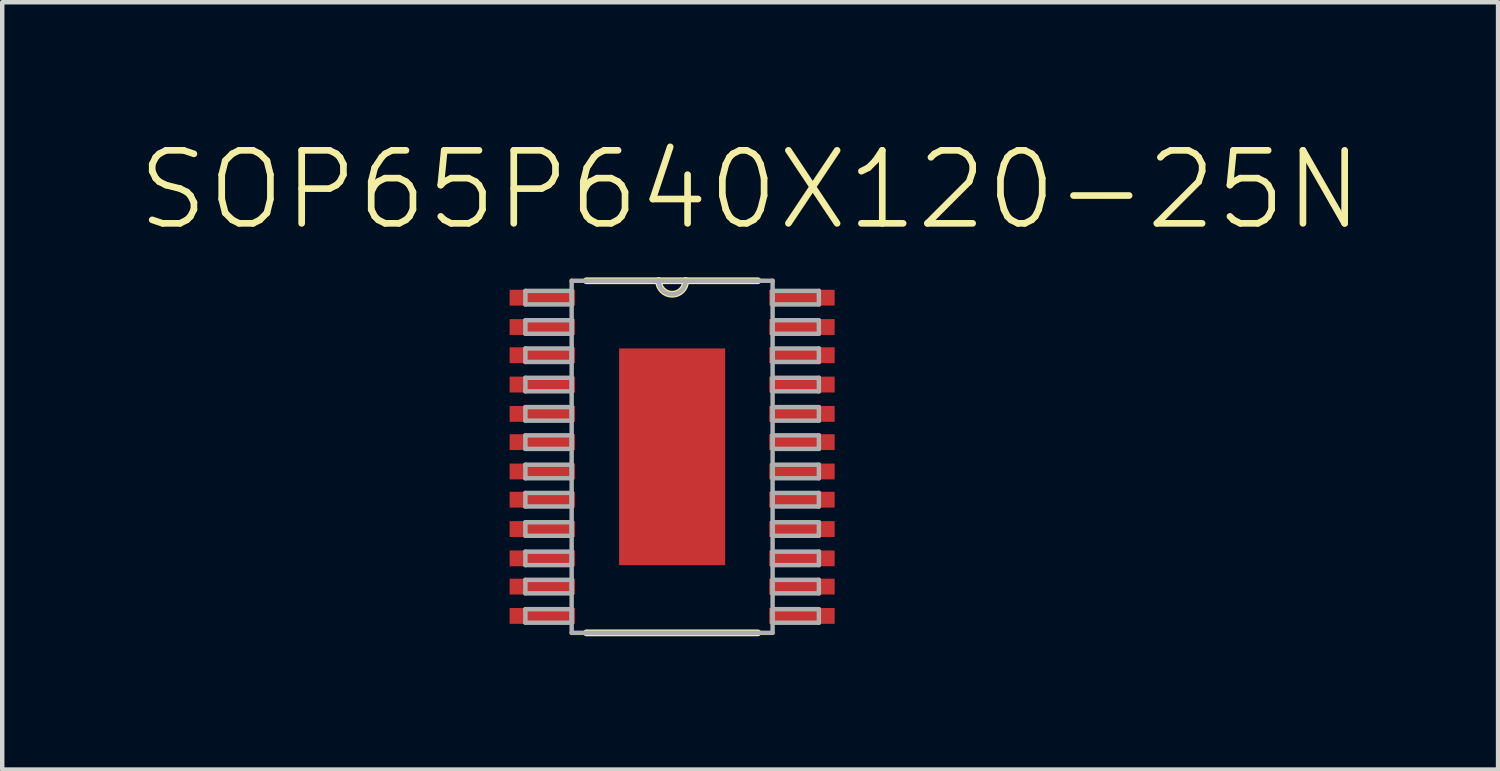
<source format=kicad_pcb>
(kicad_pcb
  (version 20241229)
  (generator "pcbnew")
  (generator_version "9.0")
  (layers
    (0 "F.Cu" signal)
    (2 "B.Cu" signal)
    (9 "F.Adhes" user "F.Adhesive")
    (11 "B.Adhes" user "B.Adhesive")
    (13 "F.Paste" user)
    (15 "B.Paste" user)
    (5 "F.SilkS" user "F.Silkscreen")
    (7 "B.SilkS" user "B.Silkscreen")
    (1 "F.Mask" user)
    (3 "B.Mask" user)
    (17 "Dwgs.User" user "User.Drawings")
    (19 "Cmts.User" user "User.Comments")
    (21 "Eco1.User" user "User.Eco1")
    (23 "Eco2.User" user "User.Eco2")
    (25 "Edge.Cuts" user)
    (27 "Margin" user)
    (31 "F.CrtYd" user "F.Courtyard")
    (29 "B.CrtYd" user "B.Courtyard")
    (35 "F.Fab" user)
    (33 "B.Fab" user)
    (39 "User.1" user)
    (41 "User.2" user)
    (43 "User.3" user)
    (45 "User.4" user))
  (footprint "SOP65P640X120-25N"
    (layer "F.Cu")
    (at 12.076 7.23)
    (property "Reference" "SOP65P640X120-25N" (at 1.756 -6.006 0) (layer "F.SilkS") (effects (font (size 1.643 1.643) (thickness 0.15))))
    (attr smd)
    (fp_line (start -1.93 3.962) (end 1.93 3.962) (stroke (width 0.152) (type solid)) (layer "F.SilkS"))
    (fp_line (start -0.305 -3.962) (end -1.93 -3.962) (stroke (width 0.152) (type solid)) (layer "F.SilkS"))
    (fp_line (start 0.305 -3.962) (end -0.305 -3.962) (stroke (width 0.152) (type solid)) (layer "F.SilkS"))
    (fp_line (start 1.93 -3.962) (end 0.305 -3.962) (stroke (width 0.152) (type solid)) (layer "F.SilkS"))
    (fp_arc (start 0.3048 -3.9624) (mid 0 -3.6576) (end -0.3048 -3.9624) (stroke (width 0.1524) (type solid)) (layer "F.SilkS"))
    (fp_line (start -3.302 -3.734) (end -3.302 -3.429) (stroke (width 0.1) (type solid)) (layer "F.Fab"))
    (fp_line (start -3.302 -3.429) (end -2.261 -3.429) (stroke (width 0.1) (type solid)) (layer "F.Fab"))
    (fp_line (start -3.302 -3.073) (end -3.302 -2.769) (stroke (width 0.1) (type solid)) (layer "F.Fab"))
    (fp_line (start -3.302 -2.769) (end -2.261 -2.769) (stroke (width 0.1) (type solid)) (layer "F.Fab"))
    (fp_line (start -3.302 -2.438) (end -3.302 -2.134) (stroke (width 0.1) (type solid)) (layer "F.Fab"))
    (fp_line (start -3.302 -2.134) (end -2.261 -2.134) (stroke (width 0.1) (type solid)) (layer "F.Fab"))
    (fp_line (start -3.302 -1.778) (end -3.302 -1.473) (stroke (width 0.1) (type solid)) (layer "F.Fab"))
    (fp_line (start -3.302 -1.473) (end -2.261 -1.473) (stroke (width 0.1) (type solid)) (layer "F.Fab"))
    (fp_line (start -3.302 -1.118) (end -3.302 -0.813) (stroke (width 0.1) (type solid)) (layer "F.Fab"))
    (fp_line (start -3.302 -0.813) (end -2.261 -0.813) (stroke (width 0.1) (type solid)) (layer "F.Fab"))
    (fp_line (start -3.302 -0.483) (end -3.302 -0.178) (stroke (width 0.1) (type solid)) (layer "F.Fab"))
    (fp_line (start -3.302 -0.178) (end -2.261 -0.178) (stroke (width 0.1) (type solid)) (layer "F.Fab"))
    (fp_line (start -3.302 0.178) (end -3.302 0.483) (stroke (width 0.1) (type solid)) (layer "F.Fab"))
    (fp_line (start -3.302 0.483) (end -2.261 0.483) (stroke (width 0.1) (type solid)) (layer "F.Fab"))
    (fp_line (start -3.302 0.813) (end -3.302 1.118) (stroke (width 0.1) (type solid)) (layer "F.Fab"))
    (fp_line (start -3.302 1.118) (end -2.261 1.118) (stroke (width 0.1) (type solid)) (layer "F.Fab"))
    (fp_line (start -3.302 1.473) (end -3.302 1.778) (stroke (width 0.1) (type solid)) (layer "F.Fab"))
    (fp_line (start -3.302 1.778) (end -2.261 1.778) (stroke (width 0.1) (type solid)) (layer "F.Fab"))
    (fp_line (start -3.302 2.134) (end -3.302 2.438) (stroke (width 0.1) (type solid)) (layer "F.Fab"))
    (fp_line (start -3.302 2.438) (end -2.261 2.438) (stroke (width 0.1) (type solid)) (layer "F.Fab"))
    (fp_line (start -3.302 2.769) (end -3.302 3.073) (stroke (width 0.1) (type solid)) (layer "F.Fab"))
    (fp_line (start -3.302 3.073) (end -2.261 3.073) (stroke (width 0.1) (type solid)) (layer "F.Fab"))
    (fp_line (start -3.302 3.429) (end -3.302 3.734) (stroke (width 0.1) (type solid)) (layer "F.Fab"))
    (fp_line (start -3.302 3.734) (end -2.261 3.734) (stroke (width 0.1) (type solid)) (layer "F.Fab"))
    (fp_line (start -2.261 -3.962) (end -2.261 3.962) (stroke (width 0.1) (type solid)) (layer "F.Fab"))
    (fp_line (start -2.261 -3.734) (end -3.302 -3.734) (stroke (width 0.1) (type solid)) (layer "F.Fab"))
    (fp_line (start -2.261 -3.429) (end -2.261 -3.734) (stroke (width 0.1) (type solid)) (layer "F.Fab"))
    (fp_line (start -2.261 -3.073) (end -3.302 -3.073) (stroke (width 0.1) (type solid)) (layer "F.Fab"))
    (fp_line (start -2.261 -2.769) (end -2.261 -3.073) (stroke (width 0.1) (type solid)) (layer "F.Fab"))
    (fp_line (start -2.261 -2.438) (end -3.302 -2.438) (stroke (width 0.1) (type solid)) (layer "F.Fab"))
    (fp_line (start -2.261 -2.134) (end -2.261 -2.438) (stroke (width 0.1) (type solid)) (layer "F.Fab"))
    (fp_line (start -2.261 -1.778) (end -3.302 -1.778) (stroke (width 0.1) (type solid)) (layer "F.Fab"))
    (fp_line (start -2.261 -1.473) (end -2.261 -1.778) (stroke (width 0.1) (type solid)) (layer "F.Fab"))
    (fp_line (start -2.261 -1.118) (end -3.302 -1.118) (stroke (width 0.1) (type solid)) (layer "F.Fab"))
    (fp_line (start -2.261 -0.813) (end -2.261 -1.118) (stroke (width 0.1) (type solid)) (layer "F.Fab"))
    (fp_line (start -2.261 -0.483) (end -3.302 -0.483) (stroke (width 0.1) (type solid)) (layer "F.Fab"))
    (fp_line (start -2.261 -0.178) (end -2.261 -0.483) (stroke (width 0.1) (type solid)) (layer "F.Fab"))
    (fp_line (start -2.261 0.178) (end -3.302 0.178) (stroke (width 0.1) (type solid)) (layer "F.Fab"))
    (fp_line (start -2.261 0.483) (end -2.261 0.178) (stroke (width 0.1) (type solid)) (layer "F.Fab"))
    (fp_line (start -2.261 0.813) (end -3.302 0.813) (stroke (width 0.1) (type solid)) (layer "F.Fab"))
    (fp_line (start -2.261 1.118) (end -2.261 0.813) (stroke (width 0.1) (type solid)) (layer "F.Fab"))
    (fp_line (start -2.261 1.473) (end -3.302 1.473) (stroke (width 0.1) (type solid)) (layer "F.Fab"))
    (fp_line (start -2.261 1.778) (end -2.261 1.473) (stroke (width 0.1) (type solid)) (layer "F.Fab"))
    (fp_line (start -2.261 2.134) (end -3.302 2.134) (stroke (width 0.1) (type solid)) (layer "F.Fab"))
    (fp_line (start -2.261 2.438) (end -2.261 2.134) (stroke (width 0.1) (type solid)) (layer "F.Fab"))
    (fp_line (start -2.261 2.769) (end -3.302 2.769) (stroke (width 0.1) (type solid)) (layer "F.Fab"))
    (fp_line (start -2.261 3.073) (end -2.261 2.769) (stroke (width 0.1) (type solid)) (layer "F.Fab"))
    (fp_line (start -2.261 3.429) (end -3.302 3.429) (stroke (width 0.1) (type solid)) (layer "F.Fab"))
    (fp_line (start -2.261 3.734) (end -2.261 3.429) (stroke (width 0.1) (type solid)) (layer "F.Fab"))
    (fp_line (start -2.261 3.962) (end 2.261 3.962) (stroke (width 0.1) (type solid)) (layer "F.Fab"))
    (fp_line (start -0.305 -3.962) (end -2.261 -3.962) (stroke (width 0.1) (type solid)) (layer "F.Fab"))
    (fp_line (start 0.305 -3.962) (end -0.305 -3.962) (stroke (width 0.1) (type solid)) (layer "F.Fab"))
    (fp_line (start 2.261 -3.962) (end 0.305 -3.962) (stroke (width 0.1) (type solid)) (layer "F.Fab"))
    (fp_line (start 2.261 -3.734) (end 2.261 -3.429) (stroke (width 0.1) (type solid)) (layer "F.Fab"))
    (fp_line (start 2.261 -3.429) (end 3.302 -3.429) (stroke (width 0.1) (type solid)) (layer "F.Fab"))
    (fp_line (start 2.261 -3.073) (end 2.261 -2.769) (stroke (width 0.1) (type solid)) (layer "F.Fab"))
    (fp_line (start 2.261 -2.769) (end 3.302 -2.769) (stroke (width 0.1) (type solid)) (layer "F.Fab"))
    (fp_line (start 2.261 -2.438) (end 2.261 -2.134) (stroke (width 0.1) (type solid)) (layer "F.Fab"))
    (fp_line (start 2.261 -2.134) (end 3.302 -2.134) (stroke (width 0.1) (type solid)) (layer "F.Fab"))
    (fp_line (start 2.261 -1.778) (end 2.261 -1.473) (stroke (width 0.1) (type solid)) (layer "F.Fab"))
    (fp_line (start 2.261 -1.473) (end 3.302 -1.473) (stroke (width 0.1) (type solid)) (layer "F.Fab"))
    (fp_line (start 2.261 -1.118) (end 2.261 -0.813) (stroke (width 0.1) (type solid)) (layer "F.Fab"))
    (fp_line (start 2.261 -0.813) (end 3.302 -0.813) (stroke (width 0.1) (type solid)) (layer "F.Fab"))
    (fp_line (start 2.261 -0.483) (end 2.261 -0.178) (stroke (width 0.1) (type solid)) (layer "F.Fab"))
    (fp_line (start 2.261 -0.178) (end 3.302 -0.178) (stroke (width 0.1) (type solid)) (layer "F.Fab"))
    (fp_line (start 2.261 0.178) (end 2.261 0.483) (stroke (width 0.1) (type solid)) (layer "F.Fab"))
    (fp_line (start 2.261 0.483) (end 3.302 0.483) (stroke (width 0.1) (type solid)) (layer "F.Fab"))
    (fp_line (start 2.261 0.813) (end 2.261 1.118) (stroke (width 0.1) (type solid)) (layer "F.Fab"))
    (fp_line (start 2.261 1.118) (end 3.302 1.118) (stroke (width 0.1) (type solid)) (layer "F.Fab"))
    (fp_line (start 2.261 1.473) (end 2.261 1.778) (stroke (width 0.1) (type solid)) (layer "F.Fab"))
    (fp_line (start 2.261 1.778) (end 3.302 1.778) (stroke (width 0.1) (type solid)) (layer "F.Fab"))
    (fp_line (start 2.261 2.134) (end 2.261 2.438) (stroke (width 0.1) (type solid)) (layer "F.Fab"))
    (fp_line (start 2.261 2.438) (end 3.302 2.438) (stroke (width 0.1) (type solid)) (layer "F.Fab"))
    (fp_line (start 2.261 2.769) (end 2.261 3.073) (stroke (width 0.1) (type solid)) (layer "F.Fab"))
    (fp_line (start 2.261 3.073) (end 3.302 3.073) (stroke (width 0.1) (type solid)) (layer "F.Fab"))
    (fp_line (start 2.261 3.429) (end 2.261 3.734) (stroke (width 0.1) (type solid)) (layer "F.Fab"))
    (fp_line (start 2.261 3.734) (end 3.302 3.734) (stroke (width 0.1) (type solid)) (layer "F.Fab"))
    (fp_line (start 2.261 3.962) (end 2.261 -3.962) (stroke (width 0.1) (type solid)) (layer "F.Fab"))
    (fp_line (start 3.302 -3.734) (end 2.261 -3.734) (stroke (width 0.1) (type solid)) (layer "F.Fab"))
    (fp_line (start 3.302 -3.429) (end 3.302 -3.734) (stroke (width 0.1) (type solid)) (layer "F.Fab"))
    (fp_line (start 3.302 -3.073) (end 2.261 -3.073) (stroke (width 0.1) (type solid)) (layer "F.Fab"))
    (fp_line (start 3.302 -2.769) (end 3.302 -3.073) (stroke (width 0.1) (type solid)) (layer "F.Fab"))
    (fp_line (start 3.302 -2.438) (end 2.261 -2.438) (stroke (width 0.1) (type solid)) (layer "F.Fab"))
    (fp_line (start 3.302 -2.134) (end 3.302 -2.438) (stroke (width 0.1) (type solid)) (layer "F.Fab"))
    (fp_line (start 3.302 -1.778) (end 2.261 -1.778) (stroke (width 0.1) (type solid)) (layer "F.Fab"))
    (fp_line (start 3.302 -1.473) (end 3.302 -1.778) (stroke (width 0.1) (type solid)) (layer "F.Fab"))
    (fp_line (start 3.302 -1.118) (end 2.261 -1.118) (stroke (width 0.1) (type solid)) (layer "F.Fab"))
    (fp_line (start 3.302 -0.813) (end 3.302 -1.118) (stroke (width 0.1) (type solid)) (layer "F.Fab"))
    (fp_line (start 3.302 -0.483) (end 2.261 -0.483) (stroke (width 0.1) (type solid)) (layer "F.Fab"))
    (fp_line (start 3.302 -0.178) (end 3.302 -0.483) (stroke (width 0.1) (type solid)) (layer "F.Fab"))
    (fp_line (start 3.302 0.178) (end 2.261 0.178) (stroke (width 0.1) (type solid)) (layer "F.Fab"))
    (fp_line (start 3.302 0.483) (end 3.302 0.178) (stroke (width 0.1) (type solid)) (layer "F.Fab"))
    (fp_line (start 3.302 0.813) (end 2.261 0.813) (stroke (width 0.1) (type solid)) (layer "F.Fab"))
    (fp_line (start 3.302 1.118) (end 3.302 0.813) (stroke (width 0.1) (type solid)) (layer "F.Fab"))
    (fp_line (start 3.302 1.473) (end 2.261 1.473) (stroke (width 0.1) (type solid)) (layer "F.Fab"))
    (fp_line (start 3.302 1.778) (end 3.302 1.473) (stroke (width 0.1) (type solid)) (layer "F.Fab"))
    (fp_line (start 3.302 2.134) (end 2.261 2.134) (stroke (width 0.1) (type solid)) (layer "F.Fab"))
    (fp_line (start 3.302 2.438) (end 3.302 2.134) (stroke (width 0.1) (type solid)) (layer "F.Fab"))
    (fp_line (start 3.302 2.769) (end 2.261 2.769) (stroke (width 0.1) (type solid)) (layer "F.Fab"))
    (fp_line (start 3.302 3.073) (end 3.302 2.769) (stroke (width 0.1) (type solid)) (layer "F.Fab"))
    (fp_line (start 3.302 3.429) (end 2.261 3.429) (stroke (width 0.1) (type solid)) (layer "F.Fab"))
    (fp_line (start 3.302 3.734) (end 3.302 3.429) (stroke (width 0.1) (type solid)) (layer "F.Fab"))
    (fp_arc (start 0.3048 -3.9624) (mid 0 -3.6576) (end -0.3048 -3.9624) (stroke (width 0.1) (type solid)) (layer "F.Fab"))
    (pad "1" smd rect (at -2.921 -3.581) (size 1.473 0.356) (layers "F.Cu" "F.Mask" "F.Paste"))
    (pad "2" smd rect (at -2.921 -2.921) (size 1.473 0.356) (layers "F.Cu" "F.Mask" "F.Paste"))
    (pad "3" smd rect (at -2.921 -2.286) (size 1.473 0.356) (layers "F.Cu" "F.Mask" "F.Paste"))
    (pad "4" smd rect (at -2.921 -1.626) (size 1.473 0.356) (layers "F.Cu" "F.Mask" "F.Paste"))
    (pad "5" smd rect (at -2.921 -0.965) (size 1.473 0.356) (layers "F.Cu" "F.Mask" "F.Paste"))
    (pad "6" smd rect (at -2.921 -0.33) (size 1.473 0.356) (layers "F.Cu" "F.Mask" "F.Paste"))
    (pad "7" smd rect (at -2.921 0.33) (size 1.473 0.356) (layers "F.Cu" "F.Mask" "F.Paste"))
    (pad "8" smd rect (at -2.921 0.965) (size 1.473 0.356) (layers "F.Cu" "F.Mask" "F.Paste"))
    (pad "9" smd rect (at -2.921 1.626) (size 1.473 0.356) (layers "F.Cu" "F.Mask" "F.Paste"))
    (pad "10" smd rect (at -2.921 2.286) (size 1.473 0.356) (layers "F.Cu" "F.Mask" "F.Paste"))
    (pad "11" smd rect (at -2.921 2.921) (size 1.473 0.356) (layers "F.Cu" "F.Mask" "F.Paste"))
    (pad "12" smd rect (at -2.921 3.581) (size 1.473 0.356) (layers "F.Cu" "F.Mask" "F.Paste"))
    (pad "13" smd rect (at 2.921 3.581) (size 1.473 0.356) (layers "F.Cu" "F.Mask" "F.Paste"))
    (pad "14" smd rect (at 2.921 2.921) (size 1.473 0.356) (layers "F.Cu" "F.Mask" "F.Paste"))
    (pad "15" smd rect (at 2.921 2.286) (size 1.473 0.356) (layers "F.Cu" "F.Mask" "F.Paste"))
    (pad "16" smd rect (at 2.921 1.626) (size 1.473 0.356) (layers "F.Cu" "F.Mask" "F.Paste"))
    (pad "17" smd rect (at 2.921 0.965) (size 1.473 0.356) (layers "F.Cu" "F.Mask" "F.Paste"))
    (pad "18" smd rect (at 2.921 0.33) (size 1.473 0.356) (layers "F.Cu" "F.Mask" "F.Paste"))
    (pad "19" smd rect (at 2.921 -0.33) (size 1.473 0.356) (layers "F.Cu" "F.Mask" "F.Paste"))
    (pad "20" smd rect (at 2.921 -0.965) (size 1.473 0.356) (layers "F.Cu" "F.Mask" "F.Paste"))
    (pad "21" smd rect (at 2.921 -1.626) (size 1.473 0.356) (layers "F.Cu" "F.Mask" "F.Paste"))
    (pad "22" smd rect (at 2.921 -2.286) (size 1.473 0.356) (layers "F.Cu" "F.Mask" "F.Paste"))
    (pad "23" smd rect (at 2.921 -2.921) (size 1.473 0.356) (layers "F.Cu" "F.Mask" "F.Paste"))
    (pad "24" smd rect (at 2.921 -3.581) (size 1.473 0.356) (layers "F.Cu" "F.Mask" "F.Paste"))
    (pad "25" smd rect (at 0 0) (size 2.388 4.877) (layers "F.Cu" "F.Mask" "F.Paste")))
  (gr_rect
    (start -3 -3)
    (end 30.663 14.269)
    (stroke (width 0.1) (type default))
    (fill no)
    (layer "Edge.Cuts")))
</source>
